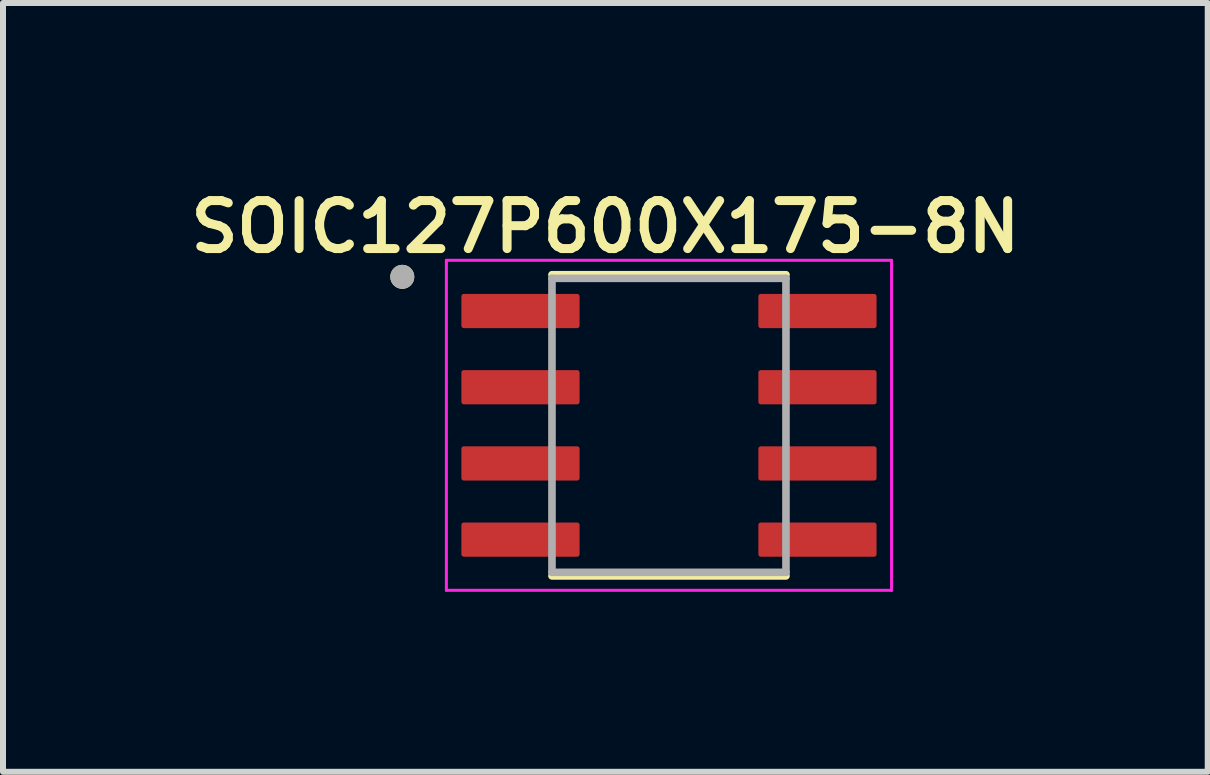
<source format=kicad_pcb>
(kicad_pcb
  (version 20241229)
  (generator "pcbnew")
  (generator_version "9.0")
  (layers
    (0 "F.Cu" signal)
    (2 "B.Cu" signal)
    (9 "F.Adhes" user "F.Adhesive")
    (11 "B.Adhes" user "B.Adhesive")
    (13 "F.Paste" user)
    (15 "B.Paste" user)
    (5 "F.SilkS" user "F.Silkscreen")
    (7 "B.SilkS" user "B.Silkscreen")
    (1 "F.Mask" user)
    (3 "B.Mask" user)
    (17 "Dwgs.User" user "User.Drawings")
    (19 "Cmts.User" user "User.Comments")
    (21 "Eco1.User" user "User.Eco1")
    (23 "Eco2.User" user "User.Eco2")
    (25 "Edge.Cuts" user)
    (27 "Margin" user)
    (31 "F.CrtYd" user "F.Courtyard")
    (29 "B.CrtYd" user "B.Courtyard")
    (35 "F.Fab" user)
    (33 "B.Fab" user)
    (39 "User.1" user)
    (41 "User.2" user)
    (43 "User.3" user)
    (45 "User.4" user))
  (footprint "SOIC127P600X175-8N"
    (layer "F.Cu")
    (at 8.1 4.039)
    (property "Reference" "SOIC127P600X175-8N" (at -1.06 -3.308 0) (layer "F.SilkS") (effects (font (size 0.8 0.8) (thickness 0.15))))
    (attr through_hole)
    (fp_line (start -1.95 -2.51) (end 1.95 -2.51) (stroke (width 0.127) (type solid)) (layer "F.SilkS"))
    (fp_line (start -1.95 2.51) (end 1.95 2.51) (stroke (width 0.127) (type solid)) (layer "F.SilkS"))
    (fp_circle (center -4.445 -2.475) (end -4.345 -2.475) (stroke (width 0.2) (type solid)) (fill no) (layer "F.SilkS"))
    (fp_line (start -3.71 -2.75) (end -3.71 2.75) (stroke (width 0.05) (type solid)) (layer "F.CrtYd"))
    (fp_line (start -3.71 -2.75) (end 3.71 -2.75) (stroke (width 0.05) (type solid)) (layer "F.CrtYd"))
    (fp_line (start -3.71 2.75) (end 3.71 2.75) (stroke (width 0.05) (type solid)) (layer "F.CrtYd"))
    (fp_line (start 3.71 -2.75) (end 3.71 2.75) (stroke (width 0.05) (type solid)) (layer "F.CrtYd"))
    (fp_line (start -1.95 -2.45) (end -1.95 2.45) (stroke (width 0.127) (type solid)) (layer "F.Fab"))
    (fp_line (start -1.95 -2.45) (end 1.95 -2.45) (stroke (width 0.127) (type solid)) (layer "F.Fab"))
    (fp_line (start -1.95 2.45) (end 1.95 2.45) (stroke (width 0.127) (type solid)) (layer "F.Fab"))
    (fp_line (start 1.95 -2.45) (end 1.95 2.45) (stroke (width 0.127) (type solid)) (layer "F.Fab"))
    (fp_circle (center -4.445 -2.475) (end -4.345 -2.475) (stroke (width 0.2) (type solid)) (fill no) (layer "F.Fab"))
    (pad "1" smd roundrect (at -2.475 -1.905) (size 1.97 0.57) (layers "F.Cu" "F.Mask" "F.Paste") (roundrect_rratio 0.07))
    (pad "2" smd roundrect (at -2.475 -0.635) (size 1.97 0.57) (layers "F.Cu" "F.Mask" "F.Paste") (roundrect_rratio 0.07))
    (pad "3" smd roundrect (at -2.475 0.635) (size 1.97 0.57) (layers "F.Cu" "F.Mask" "F.Paste") (roundrect_rratio 0.07))
    (pad "4" smd roundrect (at -2.475 1.905) (size 1.97 0.57) (layers "F.Cu" "F.Mask" "F.Paste") (roundrect_rratio 0.07))
    (pad "5" smd roundrect (at 2.475 1.905) (size 1.97 0.57) (layers "F.Cu" "F.Mask" "F.Paste") (roundrect_rratio 0.07))
    (pad "6" smd roundrect (at 2.475 0.635) (size 1.97 0.57) (layers "F.Cu" "F.Mask" "F.Paste") (roundrect_rratio 0.07))
    (pad "7" smd roundrect (at 2.475 -0.635) (size 1.97 0.57) (layers "F.Cu" "F.Mask" "F.Paste") (roundrect_rratio 0.07))
    (pad "8" smd roundrect (at 2.475 -1.905) (size 1.97 0.57) (layers "F.Cu" "F.Mask" "F.Paste") (roundrect_rratio 0.07)))
  (gr_rect
    (start -3 -3)
    (end 17.08 9.814)
    (stroke (width 0.1) (type default))
    (fill no)
    (layer "Edge.Cuts")))
</source>
